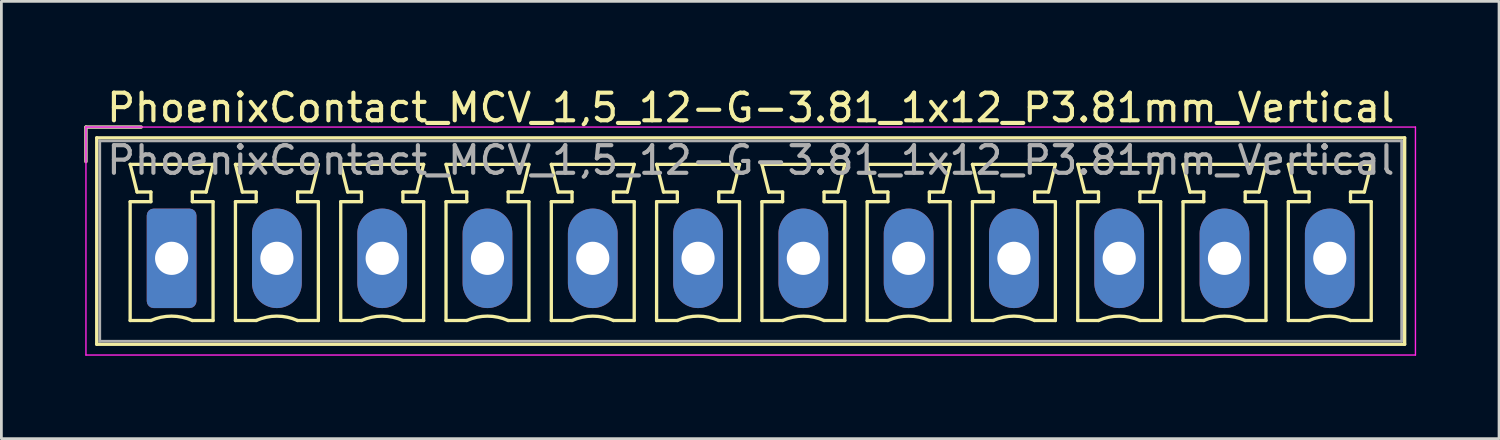
<source format=kicad_pcb>
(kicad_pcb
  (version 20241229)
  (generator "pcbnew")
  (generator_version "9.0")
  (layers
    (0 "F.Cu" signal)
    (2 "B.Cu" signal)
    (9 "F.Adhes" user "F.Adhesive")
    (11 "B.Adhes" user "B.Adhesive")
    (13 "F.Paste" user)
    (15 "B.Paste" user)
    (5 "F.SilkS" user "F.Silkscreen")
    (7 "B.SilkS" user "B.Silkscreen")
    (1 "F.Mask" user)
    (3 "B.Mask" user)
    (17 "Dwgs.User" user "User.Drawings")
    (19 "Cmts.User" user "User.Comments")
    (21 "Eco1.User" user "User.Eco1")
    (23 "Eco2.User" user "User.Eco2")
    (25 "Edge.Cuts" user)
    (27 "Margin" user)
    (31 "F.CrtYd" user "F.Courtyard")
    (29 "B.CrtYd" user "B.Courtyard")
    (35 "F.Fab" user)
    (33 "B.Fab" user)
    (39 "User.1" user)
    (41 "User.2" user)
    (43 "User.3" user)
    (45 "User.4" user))
  (footprint "PhoenixContact_MCV_1,5_12-G-3.81_1x12_P3.81mm_Vertical"
    (layer "F.Cu")
    (at 3.16 6.298)
    (property "Reference" "PhoenixContact_MCV_1,5_12-G-3.81_1x12_P3.81mm_Vertical" (at 20.96 -5.45 0) (layer "F.SilkS") (effects (font (size 1 1) (thickness 0.15))))
    (attr through_hole)
    (fp_line (start -3.1 -4.75) (end -1.1 -4.75) (stroke (width 0.12) (type solid)) (layer "F.SilkS"))
    (fp_line (start -3.1 -3.5) (end -3.1 -4.75) (stroke (width 0.12) (type solid)) (layer "F.SilkS"))
    (fp_line (start -2.71 -4.36) (end -2.71 3.11) (stroke (width 0.12) (type solid)) (layer "F.SilkS"))
    (fp_line (start -2.71 3.11) (end 44.62 3.11) (stroke (width 0.12) (type solid)) (layer "F.SilkS"))
    (fp_line (start -1.5 -3.4) (end 1.5 -3.4) (stroke (width 0.12) (type solid)) (layer "F.SilkS"))
    (fp_line (start -1.5 -2.05) (end -0.75 -2.05) (stroke (width 0.12) (type solid)) (layer "F.SilkS"))
    (fp_line (start -1.5 2.25) (end -1.5 -2.05) (stroke (width 0.12) (type solid)) (layer "F.SilkS"))
    (fp_line (start -1.25 -2.4) (end -1.5 -3.4) (stroke (width 0.12) (type solid)) (layer "F.SilkS"))
    (fp_line (start -0.75 -2.4) (end -1.25 -2.4) (stroke (width 0.12) (type solid)) (layer "F.SilkS"))
    (fp_line (start -0.75 -2.05) (end -0.75 -2.4) (stroke (width 0.12) (type solid)) (layer "F.SilkS"))
    (fp_line (start -0.75 2.25) (end -1.5 2.25) (stroke (width 0.12) (type solid)) (layer "F.SilkS"))
    (fp_line (start 0.75 -2.4) (end 0.75 -2.05) (stroke (width 0.12) (type solid)) (layer "F.SilkS"))
    (fp_line (start 0.75 -2.05) (end 1.5 -2.05) (stroke (width 0.12) (type solid)) (layer "F.SilkS"))
    (fp_line (start 1.25 -2.4) (end 0.75 -2.4) (stroke (width 0.12) (type solid)) (layer "F.SilkS"))
    (fp_line (start 1.5 -3.4) (end 1.25 -2.4) (stroke (width 0.12) (type solid)) (layer "F.SilkS"))
    (fp_line (start 1.5 -2.05) (end 1.5 2.25) (stroke (width 0.12) (type solid)) (layer "F.SilkS"))
    (fp_line (start 1.5 2.25) (end 0.75 2.25) (stroke (width 0.12) (type solid)) (layer "F.SilkS"))
    (fp_line (start 2.31 -3.4) (end 5.31 -3.4) (stroke (width 0.12) (type solid)) (layer "F.SilkS"))
    (fp_line (start 2.31 -2.05) (end 3.06 -2.05) (stroke (width 0.12) (type solid)) (layer "F.SilkS"))
    (fp_line (start 2.31 2.25) (end 2.31 -2.05) (stroke (width 0.12) (type solid)) (layer "F.SilkS"))
    (fp_line (start 2.56 -2.4) (end 2.31 -3.4) (stroke (width 0.12) (type solid)) (layer "F.SilkS"))
    (fp_line (start 3.06 -2.4) (end 2.56 -2.4) (stroke (width 0.12) (type solid)) (layer "F.SilkS"))
    (fp_line (start 3.06 -2.05) (end 3.06 -2.4) (stroke (width 0.12) (type solid)) (layer "F.SilkS"))
    (fp_line (start 3.06 2.25) (end 2.31 2.25) (stroke (width 0.12) (type solid)) (layer "F.SilkS"))
    (fp_line (start 4.56 -2.4) (end 4.56 -2.05) (stroke (width 0.12) (type solid)) (layer "F.SilkS"))
    (fp_line (start 4.56 -2.05) (end 5.31 -2.05) (stroke (width 0.12) (type solid)) (layer "F.SilkS"))
    (fp_line (start 5.06 -2.4) (end 4.56 -2.4) (stroke (width 0.12) (type solid)) (layer "F.SilkS"))
    (fp_line (start 5.31 -3.4) (end 5.06 -2.4) (stroke (width 0.12) (type solid)) (layer "F.SilkS"))
    (fp_line (start 5.31 -2.05) (end 5.31 2.25) (stroke (width 0.12) (type solid)) (layer "F.SilkS"))
    (fp_line (start 5.31 2.25) (end 4.56 2.25) (stroke (width 0.12) (type solid)) (layer "F.SilkS"))
    (fp_line (start 6.12 -3.4) (end 9.12 -3.4) (stroke (width 0.12) (type solid)) (layer "F.SilkS"))
    (fp_line (start 6.12 -2.05) (end 6.87 -2.05) (stroke (width 0.12) (type solid)) (layer "F.SilkS"))
    (fp_line (start 6.12 2.25) (end 6.12 -2.05) (stroke (width 0.12) (type solid)) (layer "F.SilkS"))
    (fp_line (start 6.37 -2.4) (end 6.12 -3.4) (stroke (width 0.12) (type solid)) (layer "F.SilkS"))
    (fp_line (start 6.87 -2.4) (end 6.37 -2.4) (stroke (width 0.12) (type solid)) (layer "F.SilkS"))
    (fp_line (start 6.87 -2.05) (end 6.87 -2.4) (stroke (width 0.12) (type solid)) (layer "F.SilkS"))
    (fp_line (start 6.87 2.25) (end 6.12 2.25) (stroke (width 0.12) (type solid)) (layer "F.SilkS"))
    (fp_line (start 8.37 -2.4) (end 8.37 -2.05) (stroke (width 0.12) (type solid)) (layer "F.SilkS"))
    (fp_line (start 8.37 -2.05) (end 9.12 -2.05) (stroke (width 0.12) (type solid)) (layer "F.SilkS"))
    (fp_line (start 8.87 -2.4) (end 8.37 -2.4) (stroke (width 0.12) (type solid)) (layer "F.SilkS"))
    (fp_line (start 9.12 -3.4) (end 8.87 -2.4) (stroke (width 0.12) (type solid)) (layer "F.SilkS"))
    (fp_line (start 9.12 -2.05) (end 9.12 2.25) (stroke (width 0.12) (type solid)) (layer "F.SilkS"))
    (fp_line (start 9.12 2.25) (end 8.37 2.25) (stroke (width 0.12) (type solid)) (layer "F.SilkS"))
    (fp_line (start 9.93 -3.4) (end 12.93 -3.4) (stroke (width 0.12) (type solid)) (layer "F.SilkS"))
    (fp_line (start 9.93 -2.05) (end 10.68 -2.05) (stroke (width 0.12) (type solid)) (layer "F.SilkS"))
    (fp_line (start 9.93 2.25) (end 9.93 -2.05) (stroke (width 0.12) (type solid)) (layer "F.SilkS"))
    (fp_line (start 10.18 -2.4) (end 9.93 -3.4) (stroke (width 0.12) (type solid)) (layer "F.SilkS"))
    (fp_line (start 10.68 -2.4) (end 10.18 -2.4) (stroke (width 0.12) (type solid)) (layer "F.SilkS"))
    (fp_line (start 10.68 -2.05) (end 10.68 -2.4) (stroke (width 0.12) (type solid)) (layer "F.SilkS"))
    (fp_line (start 10.68 2.25) (end 9.93 2.25) (stroke (width 0.12) (type solid)) (layer "F.SilkS"))
    (fp_line (start 12.18 -2.4) (end 12.18 -2.05) (stroke (width 0.12) (type solid)) (layer "F.SilkS"))
    (fp_line (start 12.18 -2.05) (end 12.93 -2.05) (stroke (width 0.12) (type solid)) (layer "F.SilkS"))
    (fp_line (start 12.68 -2.4) (end 12.18 -2.4) (stroke (width 0.12) (type solid)) (layer "F.SilkS"))
    (fp_line (start 12.93 -3.4) (end 12.68 -2.4) (stroke (width 0.12) (type solid)) (layer "F.SilkS"))
    (fp_line (start 12.93 -2.05) (end 12.93 2.25) (stroke (width 0.12) (type solid)) (layer "F.SilkS"))
    (fp_line (start 12.93 2.25) (end 12.18 2.25) (stroke (width 0.12) (type solid)) (layer "F.SilkS"))
    (fp_line (start 13.74 -3.4) (end 16.74 -3.4) (stroke (width 0.12) (type solid)) (layer "F.SilkS"))
    (fp_line (start 13.74 -2.05) (end 14.49 -2.05) (stroke (width 0.12) (type solid)) (layer "F.SilkS"))
    (fp_line (start 13.74 2.25) (end 13.74 -2.05) (stroke (width 0.12) (type solid)) (layer "F.SilkS"))
    (fp_line (start 13.99 -2.4) (end 13.74 -3.4) (stroke (width 0.12) (type solid)) (layer "F.SilkS"))
    (fp_line (start 14.49 -2.4) (end 13.99 -2.4) (stroke (width 0.12) (type solid)) (layer "F.SilkS"))
    (fp_line (start 14.49 -2.05) (end 14.49 -2.4) (stroke (width 0.12) (type solid)) (layer "F.SilkS"))
    (fp_line (start 14.49 2.25) (end 13.74 2.25) (stroke (width 0.12) (type solid)) (layer "F.SilkS"))
    (fp_line (start 15.99 -2.4) (end 15.99 -2.05) (stroke (width 0.12) (type solid)) (layer "F.SilkS"))
    (fp_line (start 15.99 -2.05) (end 16.74 -2.05) (stroke (width 0.12) (type solid)) (layer "F.SilkS"))
    (fp_line (start 16.49 -2.4) (end 15.99 -2.4) (stroke (width 0.12) (type solid)) (layer "F.SilkS"))
    (fp_line (start 16.74 -3.4) (end 16.49 -2.4) (stroke (width 0.12) (type solid)) (layer "F.SilkS"))
    (fp_line (start 16.74 -2.05) (end 16.74 2.25) (stroke (width 0.12) (type solid)) (layer "F.SilkS"))
    (fp_line (start 16.74 2.25) (end 15.99 2.25) (stroke (width 0.12) (type solid)) (layer "F.SilkS"))
    (fp_line (start 17.55 -3.4) (end 20.55 -3.4) (stroke (width 0.12) (type solid)) (layer "F.SilkS"))
    (fp_line (start 17.55 -2.05) (end 18.3 -2.05) (stroke (width 0.12) (type solid)) (layer "F.SilkS"))
    (fp_line (start 17.55 2.25) (end 17.55 -2.05) (stroke (width 0.12) (type solid)) (layer "F.SilkS"))
    (fp_line (start 17.8 -2.4) (end 17.55 -3.4) (stroke (width 0.12) (type solid)) (layer "F.SilkS"))
    (fp_line (start 18.3 -2.4) (end 17.8 -2.4) (stroke (width 0.12) (type solid)) (layer "F.SilkS"))
    (fp_line (start 18.3 -2.05) (end 18.3 -2.4) (stroke (width 0.12) (type solid)) (layer "F.SilkS"))
    (fp_line (start 18.3 2.25) (end 17.55 2.25) (stroke (width 0.12) (type solid)) (layer "F.SilkS"))
    (fp_line (start 19.8 -2.4) (end 19.8 -2.05) (stroke (width 0.12) (type solid)) (layer "F.SilkS"))
    (fp_line (start 19.8 -2.05) (end 20.55 -2.05) (stroke (width 0.12) (type solid)) (layer "F.SilkS"))
    (fp_line (start 20.3 -2.4) (end 19.8 -2.4) (stroke (width 0.12) (type solid)) (layer "F.SilkS"))
    (fp_line (start 20.55 -3.4) (end 20.3 -2.4) (stroke (width 0.12) (type solid)) (layer "F.SilkS"))
    (fp_line (start 20.55 -2.05) (end 20.55 2.25) (stroke (width 0.12) (type solid)) (layer "F.SilkS"))
    (fp_line (start 20.55 2.25) (end 19.8 2.25) (stroke (width 0.12) (type solid)) (layer "F.SilkS"))
    (fp_line (start 21.36 -3.4) (end 24.36 -3.4) (stroke (width 0.12) (type solid)) (layer "F.SilkS"))
    (fp_line (start 21.36 -2.05) (end 22.11 -2.05) (stroke (width 0.12) (type solid)) (layer "F.SilkS"))
    (fp_line (start 21.36 2.25) (end 21.36 -2.05) (stroke (width 0.12) (type solid)) (layer "F.SilkS"))
    (fp_line (start 21.61 -2.4) (end 21.36 -3.4) (stroke (width 0.12) (type solid)) (layer "F.SilkS"))
    (fp_line (start 22.11 -2.4) (end 21.61 -2.4) (stroke (width 0.12) (type solid)) (layer "F.SilkS"))
    (fp_line (start 22.11 -2.05) (end 22.11 -2.4) (stroke (width 0.12) (type solid)) (layer "F.SilkS"))
    (fp_line (start 22.11 2.25) (end 21.36 2.25) (stroke (width 0.12) (type solid)) (layer "F.SilkS"))
    (fp_line (start 23.61 -2.4) (end 23.61 -2.05) (stroke (width 0.12) (type solid)) (layer "F.SilkS"))
    (fp_line (start 23.61 -2.05) (end 24.36 -2.05) (stroke (width 0.12) (type solid)) (layer "F.SilkS"))
    (fp_line (start 24.11 -2.4) (end 23.61 -2.4) (stroke (width 0.12) (type solid)) (layer "F.SilkS"))
    (fp_line (start 24.36 -3.4) (end 24.11 -2.4) (stroke (width 0.12) (type solid)) (layer "F.SilkS"))
    (fp_line (start 24.36 -2.05) (end 24.36 2.25) (stroke (width 0.12) (type solid)) (layer "F.SilkS"))
    (fp_line (start 24.36 2.25) (end 23.61 2.25) (stroke (width 0.12) (type solid)) (layer "F.SilkS"))
    (fp_line (start 25.17 -3.4) (end 28.17 -3.4) (stroke (width 0.12) (type solid)) (layer "F.SilkS"))
    (fp_line (start 25.17 -2.05) (end 25.92 -2.05) (stroke (width 0.12) (type solid)) (layer "F.SilkS"))
    (fp_line (start 25.17 2.25) (end 25.17 -2.05) (stroke (width 0.12) (type solid)) (layer "F.SilkS"))
    (fp_line (start 25.42 -2.4) (end 25.17 -3.4) (stroke (width 0.12) (type solid)) (layer "F.SilkS"))
    (fp_line (start 25.92 -2.4) (end 25.42 -2.4) (stroke (width 0.12) (type solid)) (layer "F.SilkS"))
    (fp_line (start 25.92 -2.05) (end 25.92 -2.4) (stroke (width 0.12) (type solid)) (layer "F.SilkS"))
    (fp_line (start 25.92 2.25) (end 25.17 2.25) (stroke (width 0.12) (type solid)) (layer "F.SilkS"))
    (fp_line (start 27.42 -2.4) (end 27.42 -2.05) (stroke (width 0.12) (type solid)) (layer "F.SilkS"))
    (fp_line (start 27.42 -2.05) (end 28.17 -2.05) (stroke (width 0.12) (type solid)) (layer "F.SilkS"))
    (fp_line (start 27.92 -2.4) (end 27.42 -2.4) (stroke (width 0.12) (type solid)) (layer "F.SilkS"))
    (fp_line (start 28.17 -3.4) (end 27.92 -2.4) (stroke (width 0.12) (type solid)) (layer "F.SilkS"))
    (fp_line (start 28.17 -2.05) (end 28.17 2.25) (stroke (width 0.12) (type solid)) (layer "F.SilkS"))
    (fp_line (start 28.17 2.25) (end 27.42 2.25) (stroke (width 0.12) (type solid)) (layer "F.SilkS"))
    (fp_line (start 28.98 -3.4) (end 31.98 -3.4) (stroke (width 0.12) (type solid)) (layer "F.SilkS"))
    (fp_line (start 28.98 -2.05) (end 29.73 -2.05) (stroke (width 0.12) (type solid)) (layer "F.SilkS"))
    (fp_line (start 28.98 2.25) (end 28.98 -2.05) (stroke (width 0.12) (type solid)) (layer "F.SilkS"))
    (fp_line (start 29.23 -2.4) (end 28.98 -3.4) (stroke (width 0.12) (type solid)) (layer "F.SilkS"))
    (fp_line (start 29.73 -2.4) (end 29.23 -2.4) (stroke (width 0.12) (type solid)) (layer "F.SilkS"))
    (fp_line (start 29.73 -2.05) (end 29.73 -2.4) (stroke (width 0.12) (type solid)) (layer "F.SilkS"))
    (fp_line (start 29.73 2.25) (end 28.98 2.25) (stroke (width 0.12) (type solid)) (layer "F.SilkS"))
    (fp_line (start 31.23 -2.4) (end 31.23 -2.05) (stroke (width 0.12) (type solid)) (layer "F.SilkS"))
    (fp_line (start 31.23 -2.05) (end 31.98 -2.05) (stroke (width 0.12) (type solid)) (layer "F.SilkS"))
    (fp_line (start 31.73 -2.4) (end 31.23 -2.4) (stroke (width 0.12) (type solid)) (layer "F.SilkS"))
    (fp_line (start 31.98 -3.4) (end 31.73 -2.4) (stroke (width 0.12) (type solid)) (layer "F.SilkS"))
    (fp_line (start 31.98 -2.05) (end 31.98 2.25) (stroke (width 0.12) (type solid)) (layer "F.SilkS"))
    (fp_line (start 31.98 2.25) (end 31.23 2.25) (stroke (width 0.12) (type solid)) (layer "F.SilkS"))
    (fp_line (start 32.79 -3.4) (end 35.79 -3.4) (stroke (width 0.12) (type solid)) (layer "F.SilkS"))
    (fp_line (start 32.79 -2.05) (end 33.54 -2.05) (stroke (width 0.12) (type solid)) (layer "F.SilkS"))
    (fp_line (start 32.79 2.25) (end 32.79 -2.05) (stroke (width 0.12) (type solid)) (layer "F.SilkS"))
    (fp_line (start 33.04 -2.4) (end 32.79 -3.4) (stroke (width 0.12) (type solid)) (layer "F.SilkS"))
    (fp_line (start 33.54 -2.4) (end 33.04 -2.4) (stroke (width 0.12) (type solid)) (layer "F.SilkS"))
    (fp_line (start 33.54 -2.05) (end 33.54 -2.4) (stroke (width 0.12) (type solid)) (layer "F.SilkS"))
    (fp_line (start 33.54 2.25) (end 32.79 2.25) (stroke (width 0.12) (type solid)) (layer "F.SilkS"))
    (fp_line (start 35.04 -2.4) (end 35.04 -2.05) (stroke (width 0.12) (type solid)) (layer "F.SilkS"))
    (fp_line (start 35.04 -2.05) (end 35.79 -2.05) (stroke (width 0.12) (type solid)) (layer "F.SilkS"))
    (fp_line (start 35.54 -2.4) (end 35.04 -2.4) (stroke (width 0.12) (type solid)) (layer "F.SilkS"))
    (fp_line (start 35.79 -3.4) (end 35.54 -2.4) (stroke (width 0.12) (type solid)) (layer "F.SilkS"))
    (fp_line (start 35.79 -2.05) (end 35.79 2.25) (stroke (width 0.12) (type solid)) (layer "F.SilkS"))
    (fp_line (start 35.79 2.25) (end 35.04 2.25) (stroke (width 0.12) (type solid)) (layer "F.SilkS"))
    (fp_line (start 36.6 -3.4) (end 39.6 -3.4) (stroke (width 0.12) (type solid)) (layer "F.SilkS"))
    (fp_line (start 36.6 -2.05) (end 37.35 -2.05) (stroke (width 0.12) (type solid)) (layer "F.SilkS"))
    (fp_line (start 36.6 2.25) (end 36.6 -2.05) (stroke (width 0.12) (type solid)) (layer "F.SilkS"))
    (fp_line (start 36.85 -2.4) (end 36.6 -3.4) (stroke (width 0.12) (type solid)) (layer "F.SilkS"))
    (fp_line (start 37.35 -2.4) (end 36.85 -2.4) (stroke (width 0.12) (type solid)) (layer "F.SilkS"))
    (fp_line (start 37.35 -2.05) (end 37.35 -2.4) (stroke (width 0.12) (type solid)) (layer "F.SilkS"))
    (fp_line (start 37.35 2.25) (end 36.6 2.25) (stroke (width 0.12) (type solid)) (layer "F.SilkS"))
    (fp_line (start 38.85 -2.4) (end 38.85 -2.05) (stroke (width 0.12) (type solid)) (layer "F.SilkS"))
    (fp_line (start 38.85 -2.05) (end 39.6 -2.05) (stroke (width 0.12) (type solid)) (layer "F.SilkS"))
    (fp_line (start 39.35 -2.4) (end 38.85 -2.4) (stroke (width 0.12) (type solid)) (layer "F.SilkS"))
    (fp_line (start 39.6 -3.4) (end 39.35 -2.4) (stroke (width 0.12) (type solid)) (layer "F.SilkS"))
    (fp_line (start 39.6 -2.05) (end 39.6 2.25) (stroke (width 0.12) (type solid)) (layer "F.SilkS"))
    (fp_line (start 39.6 2.25) (end 38.85 2.25) (stroke (width 0.12) (type solid)) (layer "F.SilkS"))
    (fp_line (start 40.41 -3.4) (end 43.41 -3.4) (stroke (width 0.12) (type solid)) (layer "F.SilkS"))
    (fp_line (start 40.41 -2.05) (end 41.16 -2.05) (stroke (width 0.12) (type solid)) (layer "F.SilkS"))
    (fp_line (start 40.41 2.25) (end 40.41 -2.05) (stroke (width 0.12) (type solid)) (layer "F.SilkS"))
    (fp_line (start 40.66 -2.4) (end 40.41 -3.4) (stroke (width 0.12) (type solid)) (layer "F.SilkS"))
    (fp_line (start 41.16 -2.4) (end 40.66 -2.4) (stroke (width 0.12) (type solid)) (layer "F.SilkS"))
    (fp_line (start 41.16 -2.05) (end 41.16 -2.4) (stroke (width 0.12) (type solid)) (layer "F.SilkS"))
    (fp_line (start 41.16 2.25) (end 40.41 2.25) (stroke (width 0.12) (type solid)) (layer "F.SilkS"))
    (fp_line (start 42.66 -2.4) (end 42.66 -2.05) (stroke (width 0.12) (type solid)) (layer "F.SilkS"))
    (fp_line (start 42.66 -2.05) (end 43.41 -2.05) (stroke (width 0.12) (type solid)) (layer "F.SilkS"))
    (fp_line (start 43.16 -2.4) (end 42.66 -2.4) (stroke (width 0.12) (type solid)) (layer "F.SilkS"))
    (fp_line (start 43.41 -3.4) (end 43.16 -2.4) (stroke (width 0.12) (type solid)) (layer "F.SilkS"))
    (fp_line (start 43.41 -2.05) (end 43.41 2.25) (stroke (width 0.12) (type solid)) (layer "F.SilkS"))
    (fp_line (start 43.41 2.25) (end 42.66 2.25) (stroke (width 0.12) (type solid)) (layer "F.SilkS"))
    (fp_line (start 44.62 -4.36) (end -2.71 -4.36) (stroke (width 0.12) (type solid)) (layer "F.SilkS"))
    (fp_line (start 44.62 3.11) (end 44.62 -4.36) (stroke (width 0.12) (type solid)) (layer "F.SilkS"))
    (fp_arc (start -0.75 2.25) (mid -0.000193 2.09191) (end 0.749647 2.249844) (stroke (width 0.12) (type solid)) (layer "F.SilkS"))
    (fp_arc (start 3.06 2.25) (mid 3.809807 2.09191) (end 4.559647 2.249844) (stroke (width 0.12) (type solid)) (layer "F.SilkS"))
    (fp_arc (start 6.87 2.25) (mid 7.619807 2.09191) (end 8.369647 2.249844) (stroke (width 0.12) (type solid)) (layer "F.SilkS"))
    (fp_arc (start 10.68 2.25) (mid 11.429807 2.09191) (end 12.179647 2.249844) (stroke (width 0.12) (type solid)) (layer "F.SilkS"))
    (fp_arc (start 14.49 2.25) (mid 15.239807 2.09191) (end 15.989647 2.249844) (stroke (width 0.12) (type solid)) (layer "F.SilkS"))
    (fp_arc (start 18.3 2.25) (mid 19.049807 2.09191) (end 19.799647 2.249844) (stroke (width 0.12) (type solid)) (layer "F.SilkS"))
    (fp_arc (start 22.11 2.25) (mid 22.859807 2.09191) (end 23.609647 2.249844) (stroke (width 0.12) (type solid)) (layer "F.SilkS"))
    (fp_arc (start 25.92 2.25) (mid 26.669807 2.09191) (end 27.419647 2.249844) (stroke (width 0.12) (type solid)) (layer "F.SilkS"))
    (fp_arc (start 29.73 2.25) (mid 30.479807 2.09191) (end 31.229647 2.249844) (stroke (width 0.12) (type solid)) (layer "F.SilkS"))
    (fp_arc (start 33.54 2.25) (mid 34.289807 2.09191) (end 35.039647 2.249844) (stroke (width 0.12) (type solid)) (layer "F.SilkS"))
    (fp_arc (start 37.35 2.25) (mid 38.099807 2.09191) (end 38.849647 2.249844) (stroke (width 0.12) (type solid)) (layer "F.SilkS"))
    (fp_arc (start 41.16 2.25) (mid 41.909807 2.09191) (end 42.659647 2.249844) (stroke (width 0.12) (type solid)) (layer "F.SilkS"))
    (fp_line (start -3.1 -4.75) (end -3.1 3.5) (stroke (width 0.05) (type solid)) (layer "F.CrtYd"))
    (fp_line (start -3.1 3.5) (end 45.01 3.5) (stroke (width 0.05) (type solid)) (layer "F.CrtYd"))
    (fp_line (start 45.01 -4.75) (end -3.1 -4.75) (stroke (width 0.05) (type solid)) (layer "F.CrtYd"))
    (fp_line (start 45.01 3.5) (end 45.01 -4.75) (stroke (width 0.05) (type solid)) (layer "F.CrtYd"))
    (fp_line (start -3.1 -4.75) (end -1.1 -4.75) (stroke (width 0.1) (type solid)) (layer "F.Fab"))
    (fp_line (start -3.1 -3.5) (end -3.1 -4.75) (stroke (width 0.1) (type solid)) (layer "F.Fab"))
    (fp_line (start -2.6 -4.25) (end -2.6 3) (stroke (width 0.1) (type solid)) (layer "F.Fab"))
    (fp_line (start -2.6 3) (end 44.51 3) (stroke (width 0.1) (type solid)) (layer "F.Fab"))
    (fp_line (start 44.51 -4.25) (end -2.6 -4.25) (stroke (width 0.1) (type solid)) (layer "F.Fab"))
    (fp_line (start 44.51 3) (end 44.51 -4.25) (stroke (width 0.1) (type solid)) (layer "F.Fab"))
    (fp_text user "${REFERENCE}" (at 20.96 -3.55 0) (layer "F.Fab") (effects (font (size 1 1) (thickness 0.15))))
    (pad "1" thru_hole roundrect (at 0 0) (size 1.8 3.6) (drill 1.2) (layers "*.Cu" "*.Mask") (roundrect_rratio 0.139))
    (pad "2" thru_hole oval (at 3.81 0) (size 1.8 3.6) (drill 1.2) (layers "*.Cu" "*.Mask"))
    (pad "3" thru_hole oval (at 7.62 0) (size 1.8 3.6) (drill 1.2) (layers "*.Cu" "*.Mask"))
    (pad "4" thru_hole oval (at 11.43 0) (size 1.8 3.6) (drill 1.2) (layers "*.Cu" "*.Mask"))
    (pad "5" thru_hole oval (at 15.24 0) (size 1.8 3.6) (drill 1.2) (layers "*.Cu" "*.Mask"))
    (pad "6" thru_hole oval (at 19.05 0) (size 1.8 3.6) (drill 1.2) (layers "*.Cu" "*.Mask"))
    (pad "7" thru_hole oval (at 22.86 0) (size 1.8 3.6) (drill 1.2) (layers "*.Cu" "*.Mask"))
    (pad "8" thru_hole oval (at 26.67 0) (size 1.8 3.6) (drill 1.2) (layers "*.Cu" "*.Mask"))
    (pad "9" thru_hole oval (at 30.48 0) (size 1.8 3.6) (drill 1.2) (layers "*.Cu" "*.Mask"))
    (pad "10" thru_hole oval (at 34.29 0) (size 1.8 3.6) (drill 1.2) (layers "*.Cu" "*.Mask"))
    (pad "11" thru_hole oval (at 38.1 0) (size 1.8 3.6) (drill 1.2) (layers "*.Cu" "*.Mask"))
    (pad "12" thru_hole oval (at 41.91 0) (size 1.8 3.6) (drill 1.2) (layers "*.Cu" "*.Mask")))
  (gr_rect
    (start -3 -3)
    (end 51.195 12.823)
    (stroke (width 0.1) (type default))
    (fill no)
    (layer "Edge.Cuts")))
</source>
